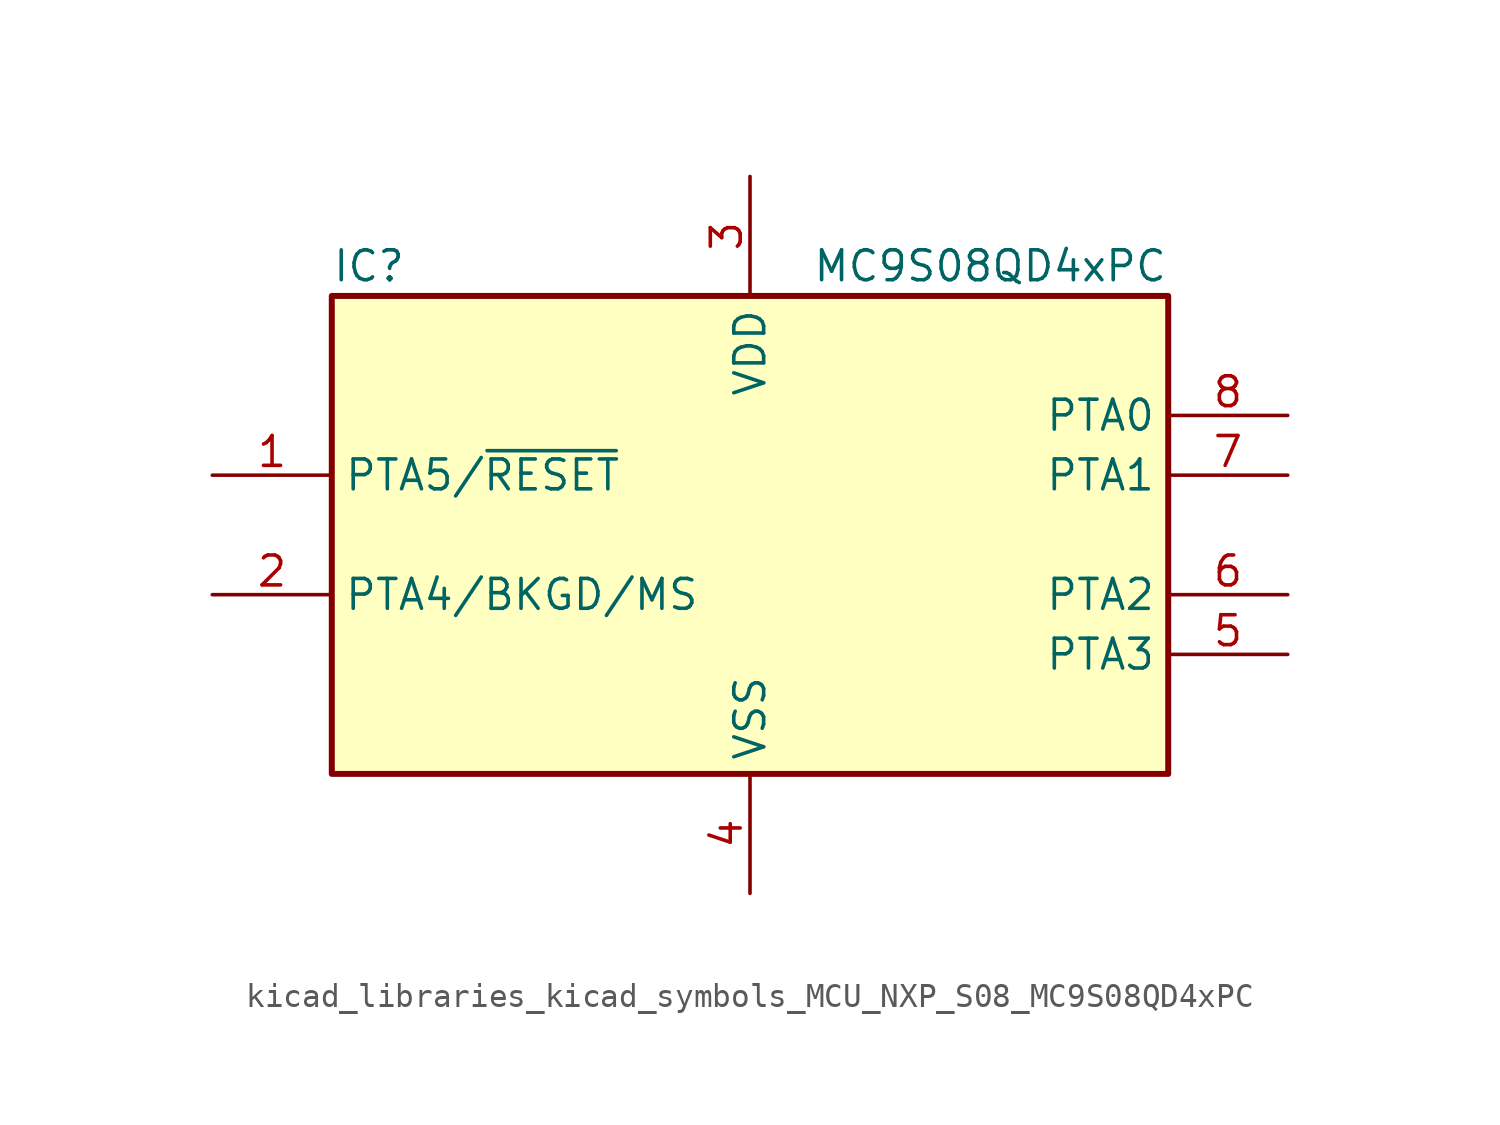
<source format=kicad_sym>
(kicad_symbol_lib
  (version 20220914)
  (generator kicad_symbol_editor)
  (symbol "kicad_libraries_kicad_symbols_MCU_NXP_S08_MC9S08QD4xPC"
    (property "Reference" "IC"
      (at -17.78 11.43 0)
      (effects (font (size 1.27 1.27)) (justify left)))
    (property "Value" "MC9S08QD4xPC"
      (at 17.78 11.43 0)
      (effects (font (size 1.27 1.27)) (justify right)))
    (symbol "kicad_libraries_kicad_symbols_MCU_NXP_S08_MC9S08QD4xPC_0_1"
      (rectangle (start -17.78 10.16) (end 17.78 -10.16) (stroke (width 0.254) (type default)) (fill (type background))))
    (symbol "kicad_libraries_kicad_symbols_MCU_NXP_S08_MC9S08QD4xPC_1_1"
      (pin bidirectional line (at -22.86 2.54 0) (length 5.08) (name "PTA5/~{RESET}" (effects (font (size 1.27 1.27)))) (number "1" (effects (font (size 1.27 1.27)))))
      (pin bidirectional line (at -22.86 -2.54 0) (length 5.08) (name "PTA4/BKGD/MS" (effects (font (size 1.27 1.27)))) (number "2" (effects (font (size 1.27 1.27)))))
      (pin power_in line (at 0 15.24 270) (length 5.08) (name "VDD" (effects (font (size 1.27 1.27)))) (number "3" (effects (font (size 1.27 1.27)))))
      (pin power_in line (at 0 -15.24 90) (length 5.08) (name "VSS" (effects (font (size 1.27 1.27)))) (number "4" (effects (font (size 1.27 1.27)))))
      (pin bidirectional line (at 22.86 -5.08 180) (length 5.08) (name "PTA3" (effects (font (size 1.27 1.27)))) (number "5" (effects (font (size 1.27 1.27)))))
      (pin bidirectional line (at 22.86 -2.54 180) (length 5.08) (name "PTA2" (effects (font (size 1.27 1.27)))) (number "6" (effects (font (size 1.27 1.27)))))
      (pin bidirectional line (at 22.86 2.54 180) (length 5.08) (name "PTA1" (effects (font (size 1.27 1.27)))) (number "7" (effects (font (size 1.27 1.27)))))
      (pin bidirectional line (at 22.86 5.08 180) (length 5.08) (name "PTA0" (effects (font (size 1.27 1.27)))) (number "8" (effects (font (size 1.27 1.27))))))))
</source>
